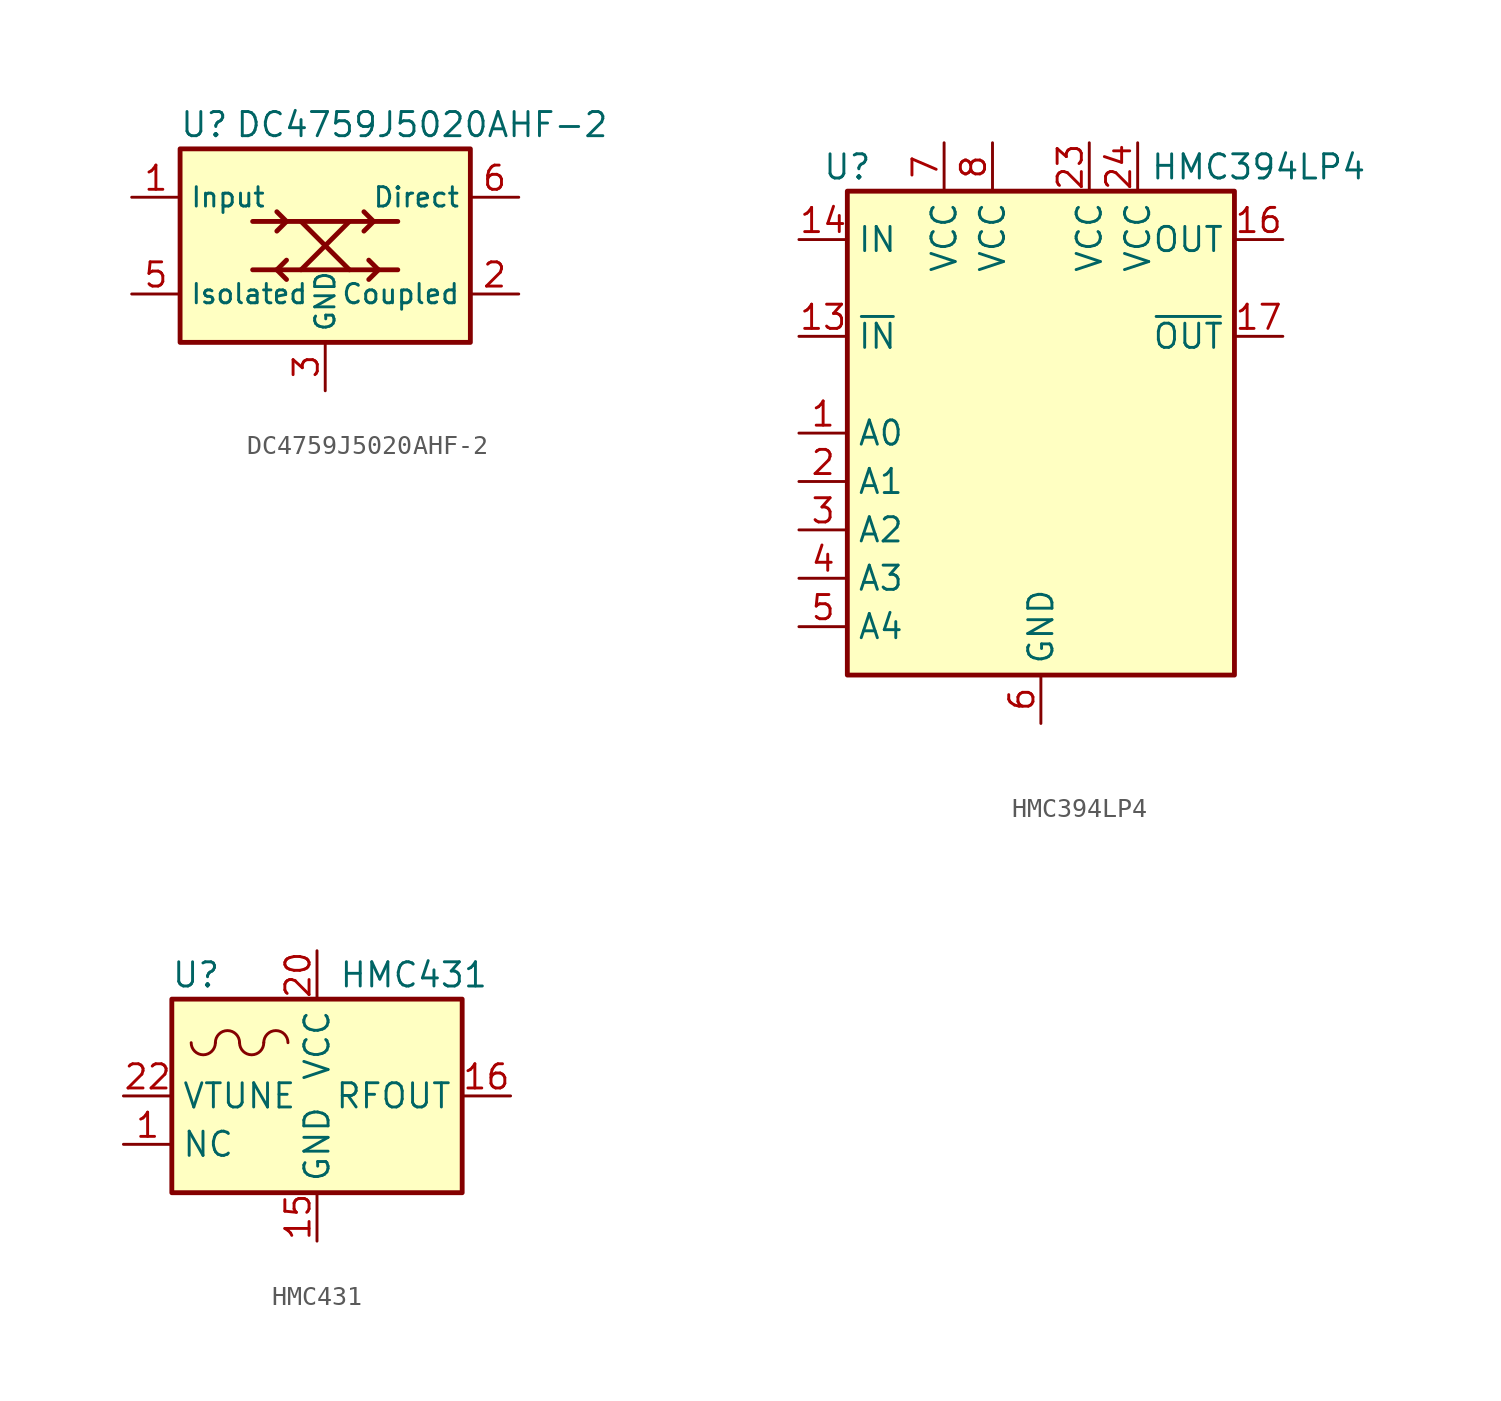
<source format=kicad_sym>
(kicad_symbol_lib
  (version 20201005)
  (generator kicad_symbol_editor)
  (symbol "RF:DC4759J5020AHF-2"
    (property "Reference" "U"
      (at -6.35 6.35 0)
      (effects (font (size 1.27 1.27))))
    (property "Value" "DC4759J5020AHF-2"
      (at 5.08 6.35 0)
      (effects (font (size 1.27 1.27))))
    (symbol "DC4759J5020AHF-2_0_1"
      (rectangle (start -7.62 5.08) (end 7.62 -5.08) (stroke (width 0.254)) (fill (type background))))
    (symbol "DC4759J5020AHF-2_1_1"
      (polyline (pts (xy -3.81 -1.27) (xy 3.81 -1.27)) (stroke (width 0.254)) (fill (type none)))
      (polyline (pts (xy -3.81 1.27) (xy 3.81 1.27)) (stroke (width 0.254)) (fill (type none)))
      (polyline (pts (xy -2.54 -1.27) (xy -2.032 -1.778)) (stroke (width 0.254)) (fill (type none)))
      (polyline (pts (xy -2.54 1.778) (xy -2.032 1.27)) (stroke (width 0.254)) (fill (type none)))
      (polyline (pts (xy -2.032 -0.762) (xy -2.54 -1.27)) (stroke (width 0.254)) (fill (type none)))
      (polyline (pts (xy -2.032 1.27) (xy -2.54 0.762)) (stroke (width 0.254)) (fill (type none)))
      (polyline (pts (xy -1.27 1.27) (xy 1.27 -1.27)) (stroke (width 0.254)) (fill (type none)))
      (polyline (pts (xy 1.27 1.27) (xy -1.27 -1.27)) (stroke (width 0.254)) (fill (type none)))
      (polyline (pts (xy 2.032 1.778) (xy 2.54 1.27)) (stroke (width 0.254)) (fill (type none)))
      (polyline (pts (xy 2.286 -0.762) (xy 2.794 -1.27)) (stroke (width 0.254)) (fill (type none)))
      (polyline (pts (xy 2.54 1.27) (xy 2.032 0.762)) (stroke (width 0.254)) (fill (type none)))
      (polyline (pts (xy 2.794 -1.27) (xy 2.286 -1.778)) (stroke (width 0.254)) (fill (type none)))
      (pin input line (at -10.16 2.54 0) (length 2.54) (name "Input" (effects (font (size 1.016 1.016)))) (number "1" (effects (font (size 1.27 1.27)))))
      (pin output line (at 10.16 -2.54 180) (length 2.54) (name "Coupled" (effects (font (size 1.016 1.016)))) (number "2" (effects (font (size 1.27 1.27)))))
      (pin power_in line (at 0 -7.62 90) (length 2.54) (name "GND" (effects (font (size 1.016 1.016)))) (number "3" (effects (font (size 1.27 1.27)))))
      (pin passive line (at 0 -7.62 90) (length 2.54) hide (name "GND" (effects (font (size 1.016 1.016)))) (number "4" (effects (font (size 1.27 1.27)))))
      (pin output line (at -10.16 -2.54 0) (length 2.54) (name "Isolated" (effects (font (size 1.016 1.016)))) (number "5" (effects (font (size 1.27 1.27)))))
      (pin output line (at 10.16 2.54 180) (length 2.54) (name "Direct" (effects (font (size 1.016 1.016)))) (number "6" (effects (font (size 1.27 1.27)))))))
  (symbol "RF:HMC394LP4"
    (property "Reference" "U"
      (at -10.16 13.97 0)
      (effects (font (size 1.27 1.27))))
    (property "Value" "HMC394LP4"
      (at 11.43 13.97 0)
      (effects (font (size 1.27 1.27))))
    (symbol "HMC394LP4_0_1"
      (rectangle (start -10.16 12.7) (end 10.16 -12.7) (stroke (width 0.254)) (fill (type background))))
    (symbol "HMC394LP4_1_1"
      (pin input line (at -12.7 0 0) (length 2.54) (name "A0" (effects (font (size 1.27 1.27)))) (number "1" (effects (font (size 1.27 1.27)))))
      (pin passive line (at 0 -15.24 90) (length 2.54) hide (name "GND" (effects (font (size 1.27 1.27)))) (number "10" (effects (font (size 1.27 1.27)))))
      (pin passive line (at 0 -15.24 90) (length 2.54) hide (name "GND" (effects (font (size 1.27 1.27)))) (number "11" (effects (font (size 1.27 1.27)))))
      (pin passive line (at 0 -15.24 90) (length 2.54) hide (name "GND" (effects (font (size 1.27 1.27)))) (number "12" (effects (font (size 1.27 1.27)))))
      (pin input line (at -12.7 5.08 0) (length 2.54) (name "~IN" (effects (font (size 1.27 1.27)))) (number "13" (effects (font (size 1.27 1.27)))))
      (pin input line (at -12.7 10.16 0) (length 2.54) (name "IN" (effects (font (size 1.27 1.27)))) (number "14" (effects (font (size 1.27 1.27)))))
      (pin passive line (at 0 -15.24 90) (length 2.54) hide (name "GND" (effects (font (size 1.27 1.27)))) (number "15" (effects (font (size 1.27 1.27)))))
      (pin output line (at 12.7 10.16 180) (length 2.54) (name "OUT" (effects (font (size 1.27 1.27)))) (number "16" (effects (font (size 1.27 1.27)))))
      (pin output line (at 12.7 5.08 180) (length 2.54) (name "~OUT" (effects (font (size 1.27 1.27)))) (number "17" (effects (font (size 1.27 1.27)))))
      (pin passive line (at 0 -15.24 90) (length 2.54) hide (name "GND" (effects (font (size 1.27 1.27)))) (number "18" (effects (font (size 1.27 1.27)))))
      (pin passive line (at 0 -15.24 90) (length 2.54) hide (name "GND" (effects (font (size 1.27 1.27)))) (number "19" (effects (font (size 1.27 1.27)))))
      (pin input line (at -12.7 -2.54 0) (length 2.54) (name "A1" (effects (font (size 1.27 1.27)))) (number "2" (effects (font (size 1.27 1.27)))))
      (pin passive line (at 0 -15.24 90) (length 2.54) hide (name "GND" (effects (font (size 1.27 1.27)))) (number "20" (effects (font (size 1.27 1.27)))))
      (pin passive line (at 0 -15.24 90) (length 2.54) hide (name "GND" (effects (font (size 1.27 1.27)))) (number "21" (effects (font (size 1.27 1.27)))))
      (pin passive line (at 0 -15.24 90) (length 2.54) hide (name "GND" (effects (font (size 1.27 1.27)))) (number "22" (effects (font (size 1.27 1.27)))))
      (pin power_in line (at 2.54 15.24 270) (length 2.54) (name "VCC" (effects (font (size 1.27 1.27)))) (number "23" (effects (font (size 1.27 1.27)))))
      (pin power_in line (at 5.08 15.24 270) (length 2.54) (name "VCC" (effects (font (size 1.27 1.27)))) (number "24" (effects (font (size 1.27 1.27)))))
      (pin passive line (at 0 -15.24 90) (length 2.54) hide (name "GND" (effects (font (size 1.27 1.27)))) (number "25" (effects (font (size 1.27 1.27)))))
      (pin input line (at -12.7 -5.08 0) (length 2.54) (name "A2" (effects (font (size 1.27 1.27)))) (number "3" (effects (font (size 1.27 1.27)))))
      (pin input line (at -12.7 -7.62 0) (length 2.54) (name "A3" (effects (font (size 1.27 1.27)))) (number "4" (effects (font (size 1.27 1.27)))))
      (pin input line (at -12.7 -10.16 0) (length 2.54) (name "A4" (effects (font (size 1.27 1.27)))) (number "5" (effects (font (size 1.27 1.27)))))
      (pin power_in line (at 0 -15.24 90) (length 2.54) (name "GND" (effects (font (size 1.27 1.27)))) (number "6" (effects (font (size 1.27 1.27)))))
      (pin power_in line (at -5.08 15.24 270) (length 2.54) (name "VCC" (effects (font (size 1.27 1.27)))) (number "7" (effects (font (size 1.27 1.27)))))
      (pin power_in line (at -2.54 15.24 270) (length 2.54) (name "VCC" (effects (font (size 1.27 1.27)))) (number "8" (effects (font (size 1.27 1.27)))))
      (pin passive line (at 0 -15.24 90) (length 2.54) hide (name "GND" (effects (font (size 1.27 1.27)))) (number "9" (effects (font (size 1.27 1.27)))))))
  (symbol "RF:HMC431"
    (property "Reference" "U"
      (at -6.35 6.35 0)
      (effects (font (size 1.27 1.27))))
    (property "Value" "HMC431"
      (at 5.08 6.35 0)
      (effects (font (size 1.27 1.27))))
    (symbol "HMC431_0_1"
      (arc (start -6.604 2.794) (end -5.334 2.794) (radius (at -5.969 2.794) (length 0.635) (angles -179.9 -0.1)) (stroke (width 0)) (fill (type none)))
      (arc (start -4.064 2.794) (end -5.334 2.794) (radius (at -4.699 2.794) (length 0.635) (angles 0.1 179.9)) (stroke (width 0)) (fill (type none)))
      (arc (start -4.064 2.794) (end -2.794 2.794) (radius (at -3.429 2.794) (length 0.635) (angles -179.9 -0.1)) (stroke (width 0)) (fill (type none)))
      (arc (start -1.524 2.794) (end -2.794 2.794) (radius (at -2.159 2.794) (length 0.635) (angles 0.1 179.9)) (stroke (width 0)) (fill (type none)))
      (rectangle (start -7.62 5.08) (end 7.62 -5.08) (stroke (width 0.254)) (fill (type background))))
    (symbol "HMC431_1_1"
      (pin passive line (at -10.16 -2.54 0) (length 2.54) (name "NC" (effects (font (size 1.27 1.27)))) (number "1" (effects (font (size 1.27 1.27)))))
      (pin passive line (at -10.16 -2.54 0) (length 2.54) hide (name "NC" (effects (font (size 1.27 1.27)))) (number "10" (effects (font (size 1.27 1.27)))))
      (pin passive line (at -10.16 -2.54 0) (length 2.54) hide (name "NC" (effects (font (size 1.27 1.27)))) (number "11" (effects (font (size 1.27 1.27)))))
      (pin passive line (at -10.16 -2.54 0) (length 2.54) hide (name "NC" (effects (font (size 1.27 1.27)))) (number "12" (effects (font (size 1.27 1.27)))))
      (pin passive line (at -10.16 -2.54 0) (length 2.54) hide (name "NC" (effects (font (size 1.27 1.27)))) (number "13" (effects (font (size 1.27 1.27)))))
      (pin passive line (at -10.16 -2.54 0) (length 2.54) hide (name "NC" (effects (font (size 1.27 1.27)))) (number "14" (effects (font (size 1.27 1.27)))))
      (pin power_in line (at 0 -7.62 90) (length 2.54) (name "GND" (effects (font (size 1.27 1.27)))) (number "15" (effects (font (size 1.27 1.27)))))
      (pin output line (at 10.16 0 180) (length 2.54) (name "RFOUT" (effects (font (size 1.27 1.27)))) (number "16" (effects (font (size 1.27 1.27)))))
      (pin passive line (at -10.16 -2.54 0) (length 2.54) hide (name "NC" (effects (font (size 1.27 1.27)))) (number "17" (effects (font (size 1.27 1.27)))))
      (pin passive line (at -10.16 -2.54 0) (length 2.54) hide (name "NC" (effects (font (size 1.27 1.27)))) (number "18" (effects (font (size 1.27 1.27)))))
      (pin passive line (at -10.16 -2.54 0) (length 2.54) hide (name "NC" (effects (font (size 1.27 1.27)))) (number "19" (effects (font (size 1.27 1.27)))))
      (pin passive line (at -10.16 -2.54 0) (length 2.54) hide (name "NC" (effects (font (size 1.27 1.27)))) (number "2" (effects (font (size 1.27 1.27)))))
      (pin power_in line (at 0 7.62 270) (length 2.54) (name "VCC" (effects (font (size 1.27 1.27)))) (number "20" (effects (font (size 1.27 1.27)))))
      (pin passive line (at -10.16 -2.54 0) (length 2.54) hide (name "NC" (effects (font (size 1.27 1.27)))) (number "21" (effects (font (size 1.27 1.27)))))
      (pin input line (at -10.16 0 0) (length 2.54) (name "VTUNE" (effects (font (size 1.27 1.27)))) (number "22" (effects (font (size 1.27 1.27)))))
      (pin passive line (at -10.16 -2.54 0) (length 2.54) hide (name "NC" (effects (font (size 1.27 1.27)))) (number "23" (effects (font (size 1.27 1.27)))))
      (pin passive line (at -10.16 -2.54 0) (length 2.54) hide (name "NC" (effects (font (size 1.27 1.27)))) (number "24" (effects (font (size 1.27 1.27)))))
      (pin passive line (at 0 -7.62 90) (length 2.54) hide (name "GND" (effects (font (size 1.27 1.27)))) (number "25" (effects (font (size 1.27 1.27)))))
      (pin passive line (at -10.16 -2.54 0) (length 2.54) hide (name "NC" (effects (font (size 1.27 1.27)))) (number "3" (effects (font (size 1.27 1.27)))))
      (pin passive line (at -10.16 -2.54 0) (length 2.54) hide (name "NC" (effects (font (size 1.27 1.27)))) (number "4" (effects (font (size 1.27 1.27)))))
      (pin passive line (at -10.16 -2.54 0) (length 2.54) hide (name "NC" (effects (font (size 1.27 1.27)))) (number "5" (effects (font (size 1.27 1.27)))))
      (pin passive line (at -10.16 -2.54 0) (length 2.54) hide (name "NC" (effects (font (size 1.27 1.27)))) (number "6" (effects (font (size 1.27 1.27)))))
      (pin passive line (at -10.16 -2.54 0) (length 2.54) hide (name "NC" (effects (font (size 1.27 1.27)))) (number "7" (effects (font (size 1.27 1.27)))))
      (pin passive line (at -10.16 -2.54 0) (length 2.54) hide (name "NC" (effects (font (size 1.27 1.27)))) (number "8" (effects (font (size 1.27 1.27)))))
      (pin passive line (at -10.16 -2.54 0) (length 2.54) hide (name "NC" (effects (font (size 1.27 1.27)))) (number "9" (effects (font (size 1.27 1.27))))))))
</source>
